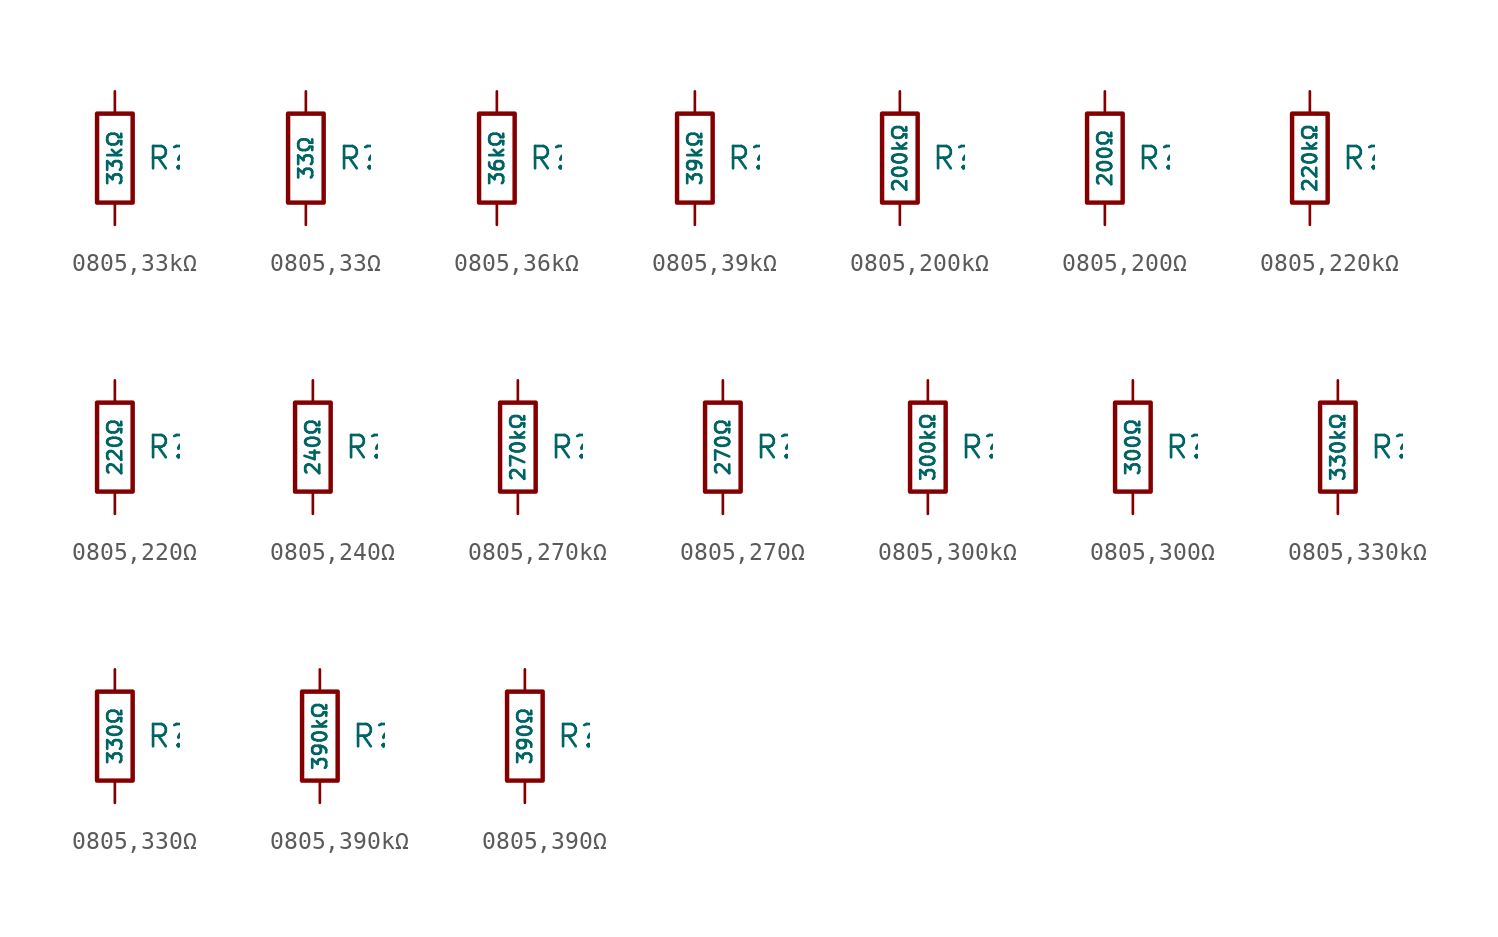
<source format=kicad_sym>
(kicad_symbol_lib
  (version 20231120)
  (generator "CDFER")
  (generator_version "8.0")
  (symbol "0805,33kΩ"
    (pin_numbers hide)
    (pin_names
      (offset 0))
    (property "Reference" "R"
      (at 1.778 0 0)
      (effects (font (size 1.27 1.27)) (justify left)))
    (property "Value" "33kΩ"
      (at 0 0 90)
      (do_not_autoplace)
      (effects (font (size 0.8 0.8))))
    (symbol "0805,33kΩ_0_1"
      (rectangle (start -1.016 2.54) (end 1.016 -2.54) (stroke (width 0.254) (type default)) (fill (type none))))
    (symbol "0805,33kΩ_1_1"
      (pin passive line (at 0 3.81 270) (length 1.27) (name "~" (effects (font (size 1.27 1.27)))) (number "1" (effects (font (size 1.27 1.27)))))
      (pin passive line (at 0 -3.81 90) (length 1.27) (name "~" (effects (font (size 1.27 1.27)))) (number "2" (effects (font (size 1.27 1.27)))))))
  (symbol "0805,33Ω"
    (pin_numbers hide)
    (pin_names
      (offset 0))
    (property "Reference" "R"
      (at 1.778 0 0)
      (effects (font (size 1.27 1.27)) (justify left)))
    (property "Value" "33Ω"
      (at 0 0 90)
      (do_not_autoplace)
      (effects (font (size 0.8 0.8))))
    (symbol "0805,33Ω_0_1"
      (rectangle (start -1.016 2.54) (end 1.016 -2.54) (stroke (width 0.254) (type default)) (fill (type none))))
    (symbol "0805,33Ω_1_1"
      (pin passive line (at 0 3.81 270) (length 1.27) (name "~" (effects (font (size 1.27 1.27)))) (number "1" (effects (font (size 1.27 1.27)))))
      (pin passive line (at 0 -3.81 90) (length 1.27) (name "~" (effects (font (size 1.27 1.27)))) (number "2" (effects (font (size 1.27 1.27)))))))
  (symbol "0805,36kΩ"
    (pin_numbers hide)
    (pin_names
      (offset 0))
    (property "Reference" "R"
      (at 1.778 0 0)
      (effects (font (size 1.27 1.27)) (justify left)))
    (property "Value" "36kΩ"
      (at 0 0 90)
      (do_not_autoplace)
      (effects (font (size 0.8 0.8))))
    (symbol "0805,36kΩ_0_1"
      (rectangle (start -1.016 2.54) (end 1.016 -2.54) (stroke (width 0.254) (type default)) (fill (type none))))
    (symbol "0805,36kΩ_1_1"
      (pin passive line (at 0 3.81 270) (length 1.27) (name "~" (effects (font (size 1.27 1.27)))) (number "1" (effects (font (size 1.27 1.27)))))
      (pin passive line (at 0 -3.81 90) (length 1.27) (name "~" (effects (font (size 1.27 1.27)))) (number "2" (effects (font (size 1.27 1.27)))))))
  (symbol "0805,39kΩ"
    (pin_numbers hide)
    (pin_names
      (offset 0))
    (property "Reference" "R"
      (at 1.778 0 0)
      (effects (font (size 1.27 1.27)) (justify left)))
    (property "Value" "39kΩ"
      (at 0 0 90)
      (do_not_autoplace)
      (effects (font (size 0.8 0.8))))
    (symbol "0805,39kΩ_0_1"
      (rectangle (start -1.016 2.54) (end 1.016 -2.54) (stroke (width 0.254) (type default)) (fill (type none))))
    (symbol "0805,39kΩ_1_1"
      (pin passive line (at 0 3.81 270) (length 1.27) (name "~" (effects (font (size 1.27 1.27)))) (number "1" (effects (font (size 1.27 1.27)))))
      (pin passive line (at 0 -3.81 90) (length 1.27) (name "~" (effects (font (size 1.27 1.27)))) (number "2" (effects (font (size 1.27 1.27)))))))
  (symbol "0805,200kΩ"
    (pin_numbers hide)
    (pin_names
      (offset 0))
    (property "Reference" "R"
      (at 1.778 0 0)
      (effects (font (size 1.27 1.27)) (justify left)))
    (property "Value" "200kΩ"
      (at 0 0 90)
      (do_not_autoplace)
      (effects (font (size 0.8 0.8))))
    (symbol "0805,200kΩ_0_1"
      (rectangle (start -1.016 2.54) (end 1.016 -2.54) (stroke (width 0.254) (type default)) (fill (type none))))
    (symbol "0805,200kΩ_1_1"
      (pin passive line (at 0 3.81 270) (length 1.27) (name "~" (effects (font (size 1.27 1.27)))) (number "1" (effects (font (size 1.27 1.27)))))
      (pin passive line (at 0 -3.81 90) (length 1.27) (name "~" (effects (font (size 1.27 1.27)))) (number "2" (effects (font (size 1.27 1.27)))))))
  (symbol "0805,200Ω"
    (pin_numbers hide)
    (pin_names
      (offset 0))
    (property "Reference" "R"
      (at 1.778 0 0)
      (effects (font (size 1.27 1.27)) (justify left)))
    (property "Value" "200Ω"
      (at 0 0 90)
      (do_not_autoplace)
      (effects (font (size 0.8 0.8))))
    (symbol "0805,200Ω_0_1"
      (rectangle (start -1.016 2.54) (end 1.016 -2.54) (stroke (width 0.254) (type default)) (fill (type none))))
    (symbol "0805,200Ω_1_1"
      (pin passive line (at 0 3.81 270) (length 1.27) (name "~" (effects (font (size 1.27 1.27)))) (number "1" (effects (font (size 1.27 1.27)))))
      (pin passive line (at 0 -3.81 90) (length 1.27) (name "~" (effects (font (size 1.27 1.27)))) (number "2" (effects (font (size 1.27 1.27)))))))
  (symbol "0805,220kΩ"
    (pin_numbers hide)
    (pin_names
      (offset 0))
    (property "Reference" "R"
      (at 1.778 0 0)
      (effects (font (size 1.27 1.27)) (justify left)))
    (property "Value" "220kΩ"
      (at 0 0 90)
      (do_not_autoplace)
      (effects (font (size 0.8 0.8))))
    (symbol "0805,220kΩ_0_1"
      (rectangle (start -1.016 2.54) (end 1.016 -2.54) (stroke (width 0.254) (type default)) (fill (type none))))
    (symbol "0805,220kΩ_1_1"
      (pin passive line (at 0 3.81 270) (length 1.27) (name "~" (effects (font (size 1.27 1.27)))) (number "1" (effects (font (size 1.27 1.27)))))
      (pin passive line (at 0 -3.81 90) (length 1.27) (name "~" (effects (font (size 1.27 1.27)))) (number "2" (effects (font (size 1.27 1.27)))))))
  (symbol "0805,220Ω"
    (pin_numbers hide)
    (pin_names
      (offset 0))
    (property "Reference" "R"
      (at 1.778 0 0)
      (effects (font (size 1.27 1.27)) (justify left)))
    (property "Value" "220Ω"
      (at 0 0 90)
      (do_not_autoplace)
      (effects (font (size 0.8 0.8))))
    (symbol "0805,220Ω_0_1"
      (rectangle (start -1.016 2.54) (end 1.016 -2.54) (stroke (width 0.254) (type default)) (fill (type none))))
    (symbol "0805,220Ω_1_1"
      (pin passive line (at 0 3.81 270) (length 1.27) (name "~" (effects (font (size 1.27 1.27)))) (number "1" (effects (font (size 1.27 1.27)))))
      (pin passive line (at 0 -3.81 90) (length 1.27) (name "~" (effects (font (size 1.27 1.27)))) (number "2" (effects (font (size 1.27 1.27)))))))
  (symbol "0805,240Ω"
    (pin_numbers hide)
    (pin_names
      (offset 0))
    (property "Reference" "R"
      (at 1.778 0 0)
      (effects (font (size 1.27 1.27)) (justify left)))
    (property "Value" "240Ω"
      (at 0 0 90)
      (do_not_autoplace)
      (effects (font (size 0.8 0.8))))
    (symbol "0805,240Ω_0_1"
      (rectangle (start -1.016 2.54) (end 1.016 -2.54) (stroke (width 0.254) (type default)) (fill (type none))))
    (symbol "0805,240Ω_1_1"
      (pin passive line (at 0 3.81 270) (length 1.27) (name "~" (effects (font (size 1.27 1.27)))) (number "1" (effects (font (size 1.27 1.27)))))
      (pin passive line (at 0 -3.81 90) (length 1.27) (name "~" (effects (font (size 1.27 1.27)))) (number "2" (effects (font (size 1.27 1.27)))))))
  (symbol "0805,270kΩ"
    (pin_numbers hide)
    (pin_names
      (offset 0))
    (property "Reference" "R"
      (at 1.778 0 0)
      (effects (font (size 1.27 1.27)) (justify left)))
    (property "Value" "270kΩ"
      (at 0 0 90)
      (do_not_autoplace)
      (effects (font (size 0.8 0.8))))
    (symbol "0805,270kΩ_0_1"
      (rectangle (start -1.016 2.54) (end 1.016 -2.54) (stroke (width 0.254) (type default)) (fill (type none))))
    (symbol "0805,270kΩ_1_1"
      (pin passive line (at 0 3.81 270) (length 1.27) (name "~" (effects (font (size 1.27 1.27)))) (number "1" (effects (font (size 1.27 1.27)))))
      (pin passive line (at 0 -3.81 90) (length 1.27) (name "~" (effects (font (size 1.27 1.27)))) (number "2" (effects (font (size 1.27 1.27)))))))
  (symbol "0805,270Ω"
    (pin_numbers hide)
    (pin_names
      (offset 0))
    (property "Reference" "R"
      (at 1.778 0 0)
      (effects (font (size 1.27 1.27)) (justify left)))
    (property "Value" "270Ω"
      (at 0 0 90)
      (do_not_autoplace)
      (effects (font (size 0.8 0.8))))
    (symbol "0805,270Ω_0_1"
      (rectangle (start -1.016 2.54) (end 1.016 -2.54) (stroke (width 0.254) (type default)) (fill (type none))))
    (symbol "0805,270Ω_1_1"
      (pin passive line (at 0 3.81 270) (length 1.27) (name "~" (effects (font (size 1.27 1.27)))) (number "1" (effects (font (size 1.27 1.27)))))
      (pin passive line (at 0 -3.81 90) (length 1.27) (name "~" (effects (font (size 1.27 1.27)))) (number "2" (effects (font (size 1.27 1.27)))))))
  (symbol "0805,300kΩ"
    (pin_numbers hide)
    (pin_names
      (offset 0))
    (property "Reference" "R"
      (at 1.778 0 0)
      (effects (font (size 1.27 1.27)) (justify left)))
    (property "Value" "300kΩ"
      (at 0 0 90)
      (do_not_autoplace)
      (effects (font (size 0.8 0.8))))
    (symbol "0805,300kΩ_0_1"
      (rectangle (start -1.016 2.54) (end 1.016 -2.54) (stroke (width 0.254) (type default)) (fill (type none))))
    (symbol "0805,300kΩ_1_1"
      (pin passive line (at 0 3.81 270) (length 1.27) (name "~" (effects (font (size 1.27 1.27)))) (number "1" (effects (font (size 1.27 1.27)))))
      (pin passive line (at 0 -3.81 90) (length 1.27) (name "~" (effects (font (size 1.27 1.27)))) (number "2" (effects (font (size 1.27 1.27)))))))
  (symbol "0805,300Ω"
    (pin_numbers hide)
    (pin_names
      (offset 0))
    (property "Reference" "R"
      (at 1.778 0 0)
      (effects (font (size 1.27 1.27)) (justify left)))
    (property "Value" "300Ω"
      (at 0 0 90)
      (do_not_autoplace)
      (effects (font (size 0.8 0.8))))
    (symbol "0805,300Ω_0_1"
      (rectangle (start -1.016 2.54) (end 1.016 -2.54) (stroke (width 0.254) (type default)) (fill (type none))))
    (symbol "0805,300Ω_1_1"
      (pin passive line (at 0 3.81 270) (length 1.27) (name "~" (effects (font (size 1.27 1.27)))) (number "1" (effects (font (size 1.27 1.27)))))
      (pin passive line (at 0 -3.81 90) (length 1.27) (name "~" (effects (font (size 1.27 1.27)))) (number "2" (effects (font (size 1.27 1.27)))))))
  (symbol "0805,330kΩ"
    (pin_numbers hide)
    (pin_names
      (offset 0))
    (property "Reference" "R"
      (at 1.778 0 0)
      (effects (font (size 1.27 1.27)) (justify left)))
    (property "Value" "330kΩ"
      (at 0 0 90)
      (do_not_autoplace)
      (effects (font (size 0.8 0.8))))
    (symbol "0805,330kΩ_0_1"
      (rectangle (start -1.016 2.54) (end 1.016 -2.54) (stroke (width 0.254) (type default)) (fill (type none))))
    (symbol "0805,330kΩ_1_1"
      (pin passive line (at 0 3.81 270) (length 1.27) (name "~" (effects (font (size 1.27 1.27)))) (number "1" (effects (font (size 1.27 1.27)))))
      (pin passive line (at 0 -3.81 90) (length 1.27) (name "~" (effects (font (size 1.27 1.27)))) (number "2" (effects (font (size 1.27 1.27)))))))
  (symbol "0805,330Ω"
    (pin_numbers hide)
    (pin_names
      (offset 0))
    (property "Reference" "R"
      (at 1.778 0 0)
      (effects (font (size 1.27 1.27)) (justify left)))
    (property "Value" "330Ω"
      (at 0 0 90)
      (do_not_autoplace)
      (effects (font (size 0.8 0.8))))
    (symbol "0805,330Ω_0_1"
      (rectangle (start -1.016 2.54) (end 1.016 -2.54) (stroke (width 0.254) (type default)) (fill (type none))))
    (symbol "0805,330Ω_1_1"
      (pin passive line (at 0 3.81 270) (length 1.27) (name "~" (effects (font (size 1.27 1.27)))) (number "1" (effects (font (size 1.27 1.27)))))
      (pin passive line (at 0 -3.81 90) (length 1.27) (name "~" (effects (font (size 1.27 1.27)))) (number "2" (effects (font (size 1.27 1.27)))))))
  (symbol "0805,390kΩ"
    (pin_numbers hide)
    (pin_names
      (offset 0))
    (property "Reference" "R"
      (at 1.778 0 0)
      (effects (font (size 1.27 1.27)) (justify left)))
    (property "Value" "390kΩ"
      (at 0 0 90)
      (do_not_autoplace)
      (effects (font (size 0.8 0.8))))
    (symbol "0805,390kΩ_0_1"
      (rectangle (start -1.016 2.54) (end 1.016 -2.54) (stroke (width 0.254) (type default)) (fill (type none))))
    (symbol "0805,390kΩ_1_1"
      (pin passive line (at 0 3.81 270) (length 1.27) (name "~" (effects (font (size 1.27 1.27)))) (number "1" (effects (font (size 1.27 1.27)))))
      (pin passive line (at 0 -3.81 90) (length 1.27) (name "~" (effects (font (size 1.27 1.27)))) (number "2" (effects (font (size 1.27 1.27)))))))
  (symbol "0805,390Ω"
    (pin_numbers hide)
    (pin_names
      (offset 0))
    (property "Reference" "R"
      (at 1.778 0 0)
      (effects (font (size 1.27 1.27)) (justify left)))
    (property "Value" "390Ω"
      (at 0 0 90)
      (do_not_autoplace)
      (effects (font (size 0.8 0.8))))
    (symbol "0805,390Ω_0_1"
      (rectangle (start -1.016 2.54) (end 1.016 -2.54) (stroke (width 0.254) (type default)) (fill (type none))))
    (symbol "0805,390Ω_1_1"
      (pin passive line (at 0 3.81 270) (length 1.27) (name "~" (effects (font (size 1.27 1.27)))) (number "1" (effects (font (size 1.27 1.27)))))
      (pin passive line (at 0 -3.81 90) (length 1.27) (name "~" (effects (font (size 1.27 1.27)))) (number "2" (effects (font (size 1.27 1.27))))))))
</source>
